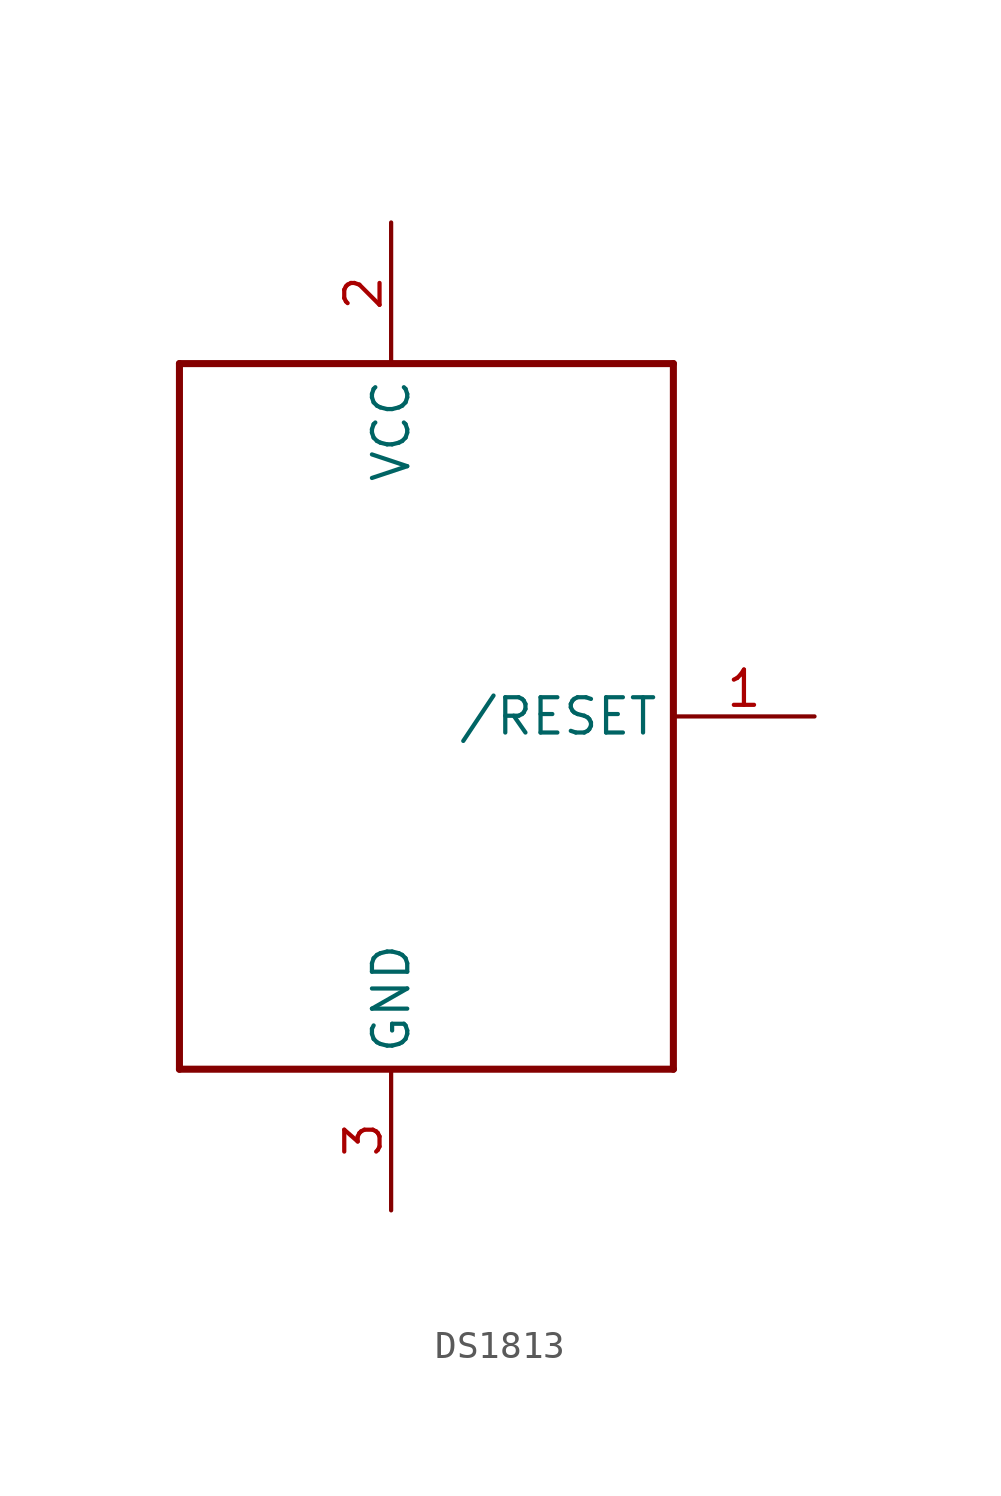
<source format=kicad_sym>
(kicad_symbol_lib
  (version 20231120)
  (generator "kicad_symbol_editor")
  (generator_version "8.0")
  (symbol "DS1813"
    (property "Reference" ""
      (at 0 0 0)
      (effects (font (size 1.27 1.27)) (hide yes)))
    (property "ki_locked" ""
      (at 0 0 0)
      (effects (font (size 1.27 1.27))))
    (symbol "DS1813_1_0"
      (polyline (pts (xy -5.08 -15.24) (xy -5.08 10.16)) (stroke (width 0.254) (type solid)) (fill (type none)))
      (polyline (pts (xy -5.08 10.16) (xy 12.7 10.16)) (stroke (width 0.254) (type solid)) (fill (type none)))
      (polyline (pts (xy 12.7 -15.24) (xy -5.08 -15.24)) (stroke (width 0.254) (type solid)) (fill (type none)))
      (polyline (pts (xy 12.7 10.16) (xy 12.7 -15.24)) (stroke (width 0.254) (type solid)) (fill (type none)))
      (pin output line (at 17.78 -2.54 180) (length 5.08) (name "/RESET" (effects (font (size 1.27 1.27)))) (number "1" (effects (font (size 1.27 1.27)))))
      (pin power_in line (at 2.54 15.24 270) (length 5.08) (name "VCC" (effects (font (size 1.27 1.27)))) (number "2" (effects (font (size 1.27 1.27)))))
      (pin power_in line (at 2.54 -20.32 90) (length 5.08) (name "GND" (effects (font (size 1.27 1.27)))) (number "3" (effects (font (size 1.27 1.27))))))))
</source>
